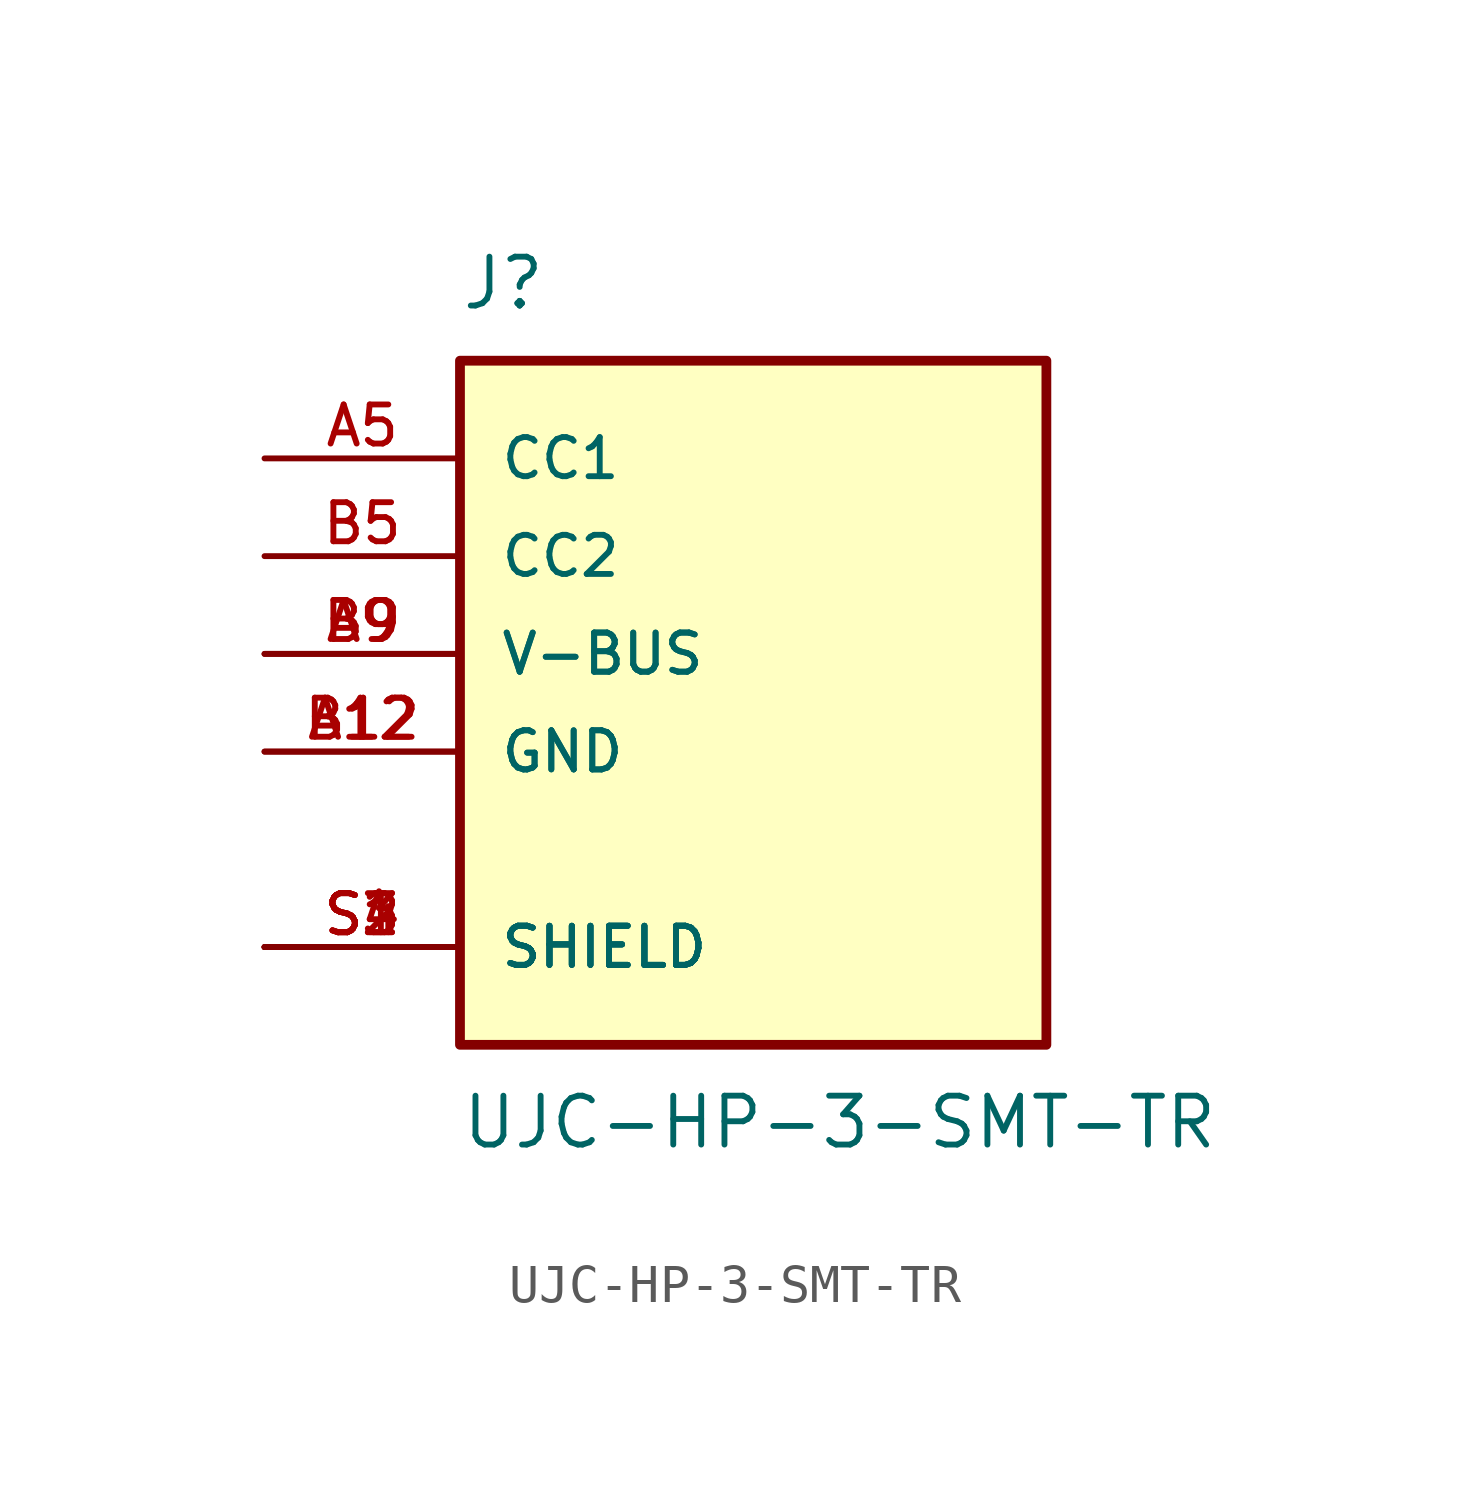
<source format=kicad_sym>
(kicad_symbol_lib
  (version 20220914)
  (generator kicad_symbol_editor)
  (symbol "UJC-HP-3-SMT-TR"
    (pin_names
      (offset 1.016))
    (property "Reference" "J"
      (at -7.62 8.89 0)
      (effects (font (size 1.27 1.27)) (justify left bottom)))
    (property "Value" "UJC-HP-3-SMT-TR"
      (at -7.62 -11.43 0)
      (effects (font (size 1.27 1.27)) (justify left top)))
    (symbol "UJC-HP-3-SMT-TR_0_0"
      (rectangle (start -7.62 -10.16) (end 7.62 7.62) (stroke (width 0.254) (type default)) (fill (type background)))
      (pin power_in line (at -12.7 -2.54 0) (length 5.08) (name "GND" (effects (font (size 1.016 1.016)))) (number "A12" (effects (font (size 1.016 1.016)))))
      (pin bidirectional line (at -12.7 5.08 0) (length 5.08) (name "CC1" (effects (font (size 1.016 1.016)))) (number "A5" (effects (font (size 1.016 1.016)))))
      (pin power_in line (at -12.7 0 0) (length 5.08) (name "V-BUS" (effects (font (size 1.016 1.016)))) (number "A9" (effects (font (size 1.016 1.016)))))
      (pin power_in line (at -12.7 -2.54 0) (length 5.08) (name "GND" (effects (font (size 1.016 1.016)))) (number "B12" (effects (font (size 1.016 1.016)))))
      (pin bidirectional line (at -12.7 2.54 0) (length 5.08) (name "CC2" (effects (font (size 1.016 1.016)))) (number "B5" (effects (font (size 1.016 1.016)))))
      (pin power_in line (at -12.7 0 0) (length 5.08) (name "V-BUS" (effects (font (size 1.016 1.016)))) (number "B9" (effects (font (size 1.016 1.016)))))
      (pin passive line (at -12.7 -7.62 0) (length 5.08) (name "SHIELD" (effects (font (size 1.016 1.016)))) (number "S1" (effects (font (size 1.016 1.016)))))
      (pin passive line (at -12.7 -7.62 0) (length 5.08) (name "SHIELD" (effects (font (size 1.016 1.016)))) (number "S2" (effects (font (size 1.016 1.016)))))
      (pin passive line (at -12.7 -7.62 0) (length 5.08) (name "SHIELD" (effects (font (size 1.016 1.016)))) (number "S3" (effects (font (size 1.016 1.016)))))
      (pin passive line (at -12.7 -7.62 0) (length 5.08) (name "SHIELD" (effects (font (size 1.016 1.016)))) (number "S4" (effects (font (size 1.016 1.016))))))))
</source>
